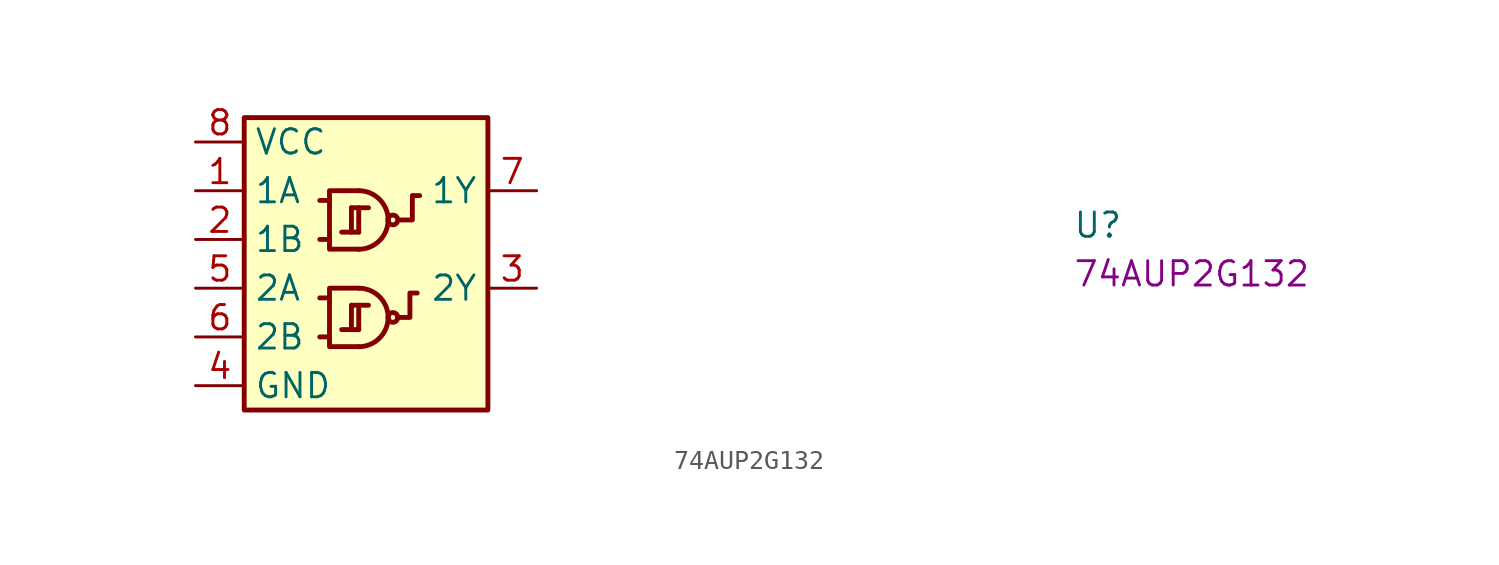
<source format=kicad_sym>
(kicad_symbol_lib
  (version 20220914)
  (generator kicad_symbol_editor)
  (symbol "74AUP2G132"
    (property "Reference" "U"
      (at 45.72 -5.08 0)
      (effects (font (size 1.27 1.27) (thickness 0.15)) (justify left bottom)))
    (property "MPN" "74AUP2G132"
      (at 45.72 -7.62 0)
      (effects (font (size 1.27 1.27) (thickness 0.15)) (justify left bottom)))
    (symbol "74AUP2G132_1_1"
      (polyline (pts (xy 6.985 -10.16) (xy 6.477 -10.16)) (stroke (width 0.254) (type default)) (fill (type background)))
      (polyline (pts (xy 6.985 -8.128) (xy 6.477 -8.128)) (stroke (width 0.254) (type default)) (fill (type background)))
      (polyline (pts (xy 6.985 -5.08) (xy 6.477 -5.08)) (stroke (width 0.254) (type default)) (fill (type background)))
      (polyline (pts (xy 6.985 -3.048) (xy 6.477 -3.048)) (stroke (width 0.254) (type default)) (fill (type background)))
      (polyline (pts (xy 8.128 -8.509) (xy 8.128 -9.779)) (stroke (width 0.254) (type default)) (fill (type background)))
      (polyline (pts (xy 8.128 -3.429) (xy 8.128 -4.699)) (stroke (width 0.254) (type default)) (fill (type background)))
      (polyline (pts (xy 8.509 -9.779) (xy 7.62 -9.779)) (stroke (width 0.254) (type default)) (fill (type background)))
      (polyline (pts (xy 8.509 -8.509) (xy 8.509 -9.779)) (stroke (width 0.254) (type default)) (fill (type background)))
      (polyline (pts (xy 8.509 -4.699) (xy 7.62 -4.699)) (stroke (width 0.254) (type default)) (fill (type background)))
      (polyline (pts (xy 8.509 -3.429) (xy 8.509 -4.699)) (stroke (width 0.254) (type default)) (fill (type background)))
      (polyline (pts (xy 9.017 -8.509) (xy 8.128 -8.509)) (stroke (width 0.254) (type default)) (fill (type background)))
      (polyline (pts (xy 9.017 -3.429) (xy 8.128 -3.429)) (stroke (width 0.254) (type default)) (fill (type background)))
      (polyline (pts (xy 8.509 -7.62) (xy 6.985 -7.62) (xy 6.985 -10.668) (xy 8.509 -10.668)) (stroke (width 0.254) (type default)) (fill (type background)))
      (polyline (pts (xy 8.509 -2.54) (xy 6.985 -2.54) (xy 6.985 -5.588) (xy 8.509 -5.588)) (stroke (width 0.254) (type default)) (fill (type background)))
      (polyline (pts (xy 10.541 -9.144) (xy 11.176 -9.144) (xy 11.176 -7.874) (xy 11.557 -7.874)) (stroke (width 0.254) (type default)) (fill (type background)))
      (polyline (pts (xy 10.668 -4.064) (xy 11.303 -4.064) (xy 11.303 -2.794) (xy 11.684 -2.794)) (stroke (width 0.254) (type default)) (fill (type background)))
      (rectangle (start 2.54 1.27) (end 15.24 -13.97) (stroke (width 0.254) (type default)) (fill (type background)))
      (arc (start 8.509 -10.668) (mid 9.592 -10.2181) (end 10.0415 -9.1355) (stroke (width 0.254) (type default)) (fill (type background)))
      (arc (start 8.509 -5.588) (mid 9.592 -5.1381) (end 10.0415 -4.0555) (stroke (width 0.254) (type default)) (fill (type background)))
      (arc (start 10.0415 -9.1355) (mid 9.5863 -8.063) (end 8.509 -7.62) (stroke (width 0.254) (type default)) (fill (type background)))
      (arc (start 10.0415 -4.0555) (mid 9.586 -2.9833) (end 8.509 -2.54) (stroke (width 0.254) (type default)) (fill (type background)))
      (circle (center 10.287 -9.144) (radius 0.254) (stroke (width 0.254) (type default)) (fill (type background)))
      (circle (center 10.287 -4.064) (radius 0.254) (stroke (width 0.254) (type default)) (fill (type background)))
      (text "" (at 2.54 -3.048 0) (effects (font (size 1.27 1.27) (thickness 0.15)) (justify left bottom)))
      (pin input line (at 0 -2.54 0) (length 2.54) (name "1A" (effects (font (size 1.27 1.27)))) (number "1" (effects (font (size 1.27 1.27)))))
      (pin input line (at 0 -5.08 0) (length 2.54) (name "1B" (effects (font (size 1.27 1.27)))) (number "2" (effects (font (size 1.27 1.27)))))
      (pin output line (at 17.78 -7.62 180) (length 2.54) (name "2Y" (effects (font (size 1.27 1.27)))) (number "3" (effects (font (size 1.27 1.27)))))
      (pin power_in line (at 0 -12.7 0) (length 2.54) (name "GND" (effects (font (size 1.27 1.27)))) (number "4" (effects (font (size 1.27 1.27)))))
      (pin input line (at 0 -7.62 0) (length 2.54) (name "2A" (effects (font (size 1.27 1.27)))) (number "5" (effects (font (size 1.27 1.27)))))
      (pin input line (at 0 -10.16 0) (length 2.54) (name "2B" (effects (font (size 1.27 1.27)))) (number "6" (effects (font (size 1.27 1.27)))))
      (pin output line (at 17.78 -2.54 180) (length 2.54) (name "1Y" (effects (font (size 1.27 1.27)))) (number "7" (effects (font (size 1.27 1.27)))))
      (pin power_in line (at 0 0 0) (length 2.54) (name "VCC" (effects (font (size 1.27 1.27)))) (number "8" (effects (font (size 1.27 1.27))))))))
</source>
